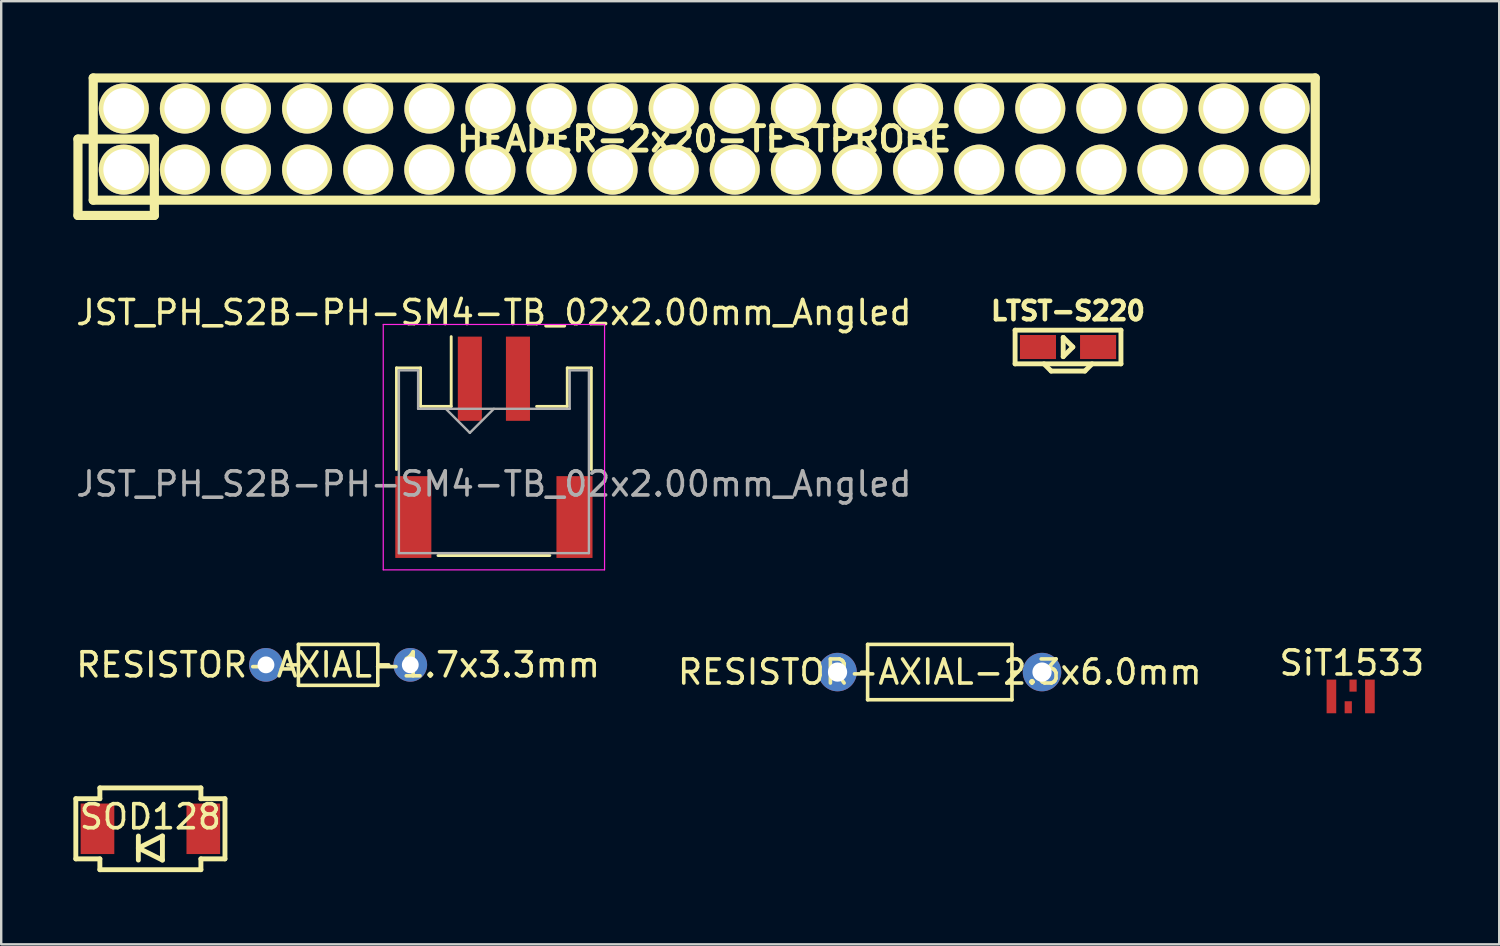
<source format=kicad_pcb>
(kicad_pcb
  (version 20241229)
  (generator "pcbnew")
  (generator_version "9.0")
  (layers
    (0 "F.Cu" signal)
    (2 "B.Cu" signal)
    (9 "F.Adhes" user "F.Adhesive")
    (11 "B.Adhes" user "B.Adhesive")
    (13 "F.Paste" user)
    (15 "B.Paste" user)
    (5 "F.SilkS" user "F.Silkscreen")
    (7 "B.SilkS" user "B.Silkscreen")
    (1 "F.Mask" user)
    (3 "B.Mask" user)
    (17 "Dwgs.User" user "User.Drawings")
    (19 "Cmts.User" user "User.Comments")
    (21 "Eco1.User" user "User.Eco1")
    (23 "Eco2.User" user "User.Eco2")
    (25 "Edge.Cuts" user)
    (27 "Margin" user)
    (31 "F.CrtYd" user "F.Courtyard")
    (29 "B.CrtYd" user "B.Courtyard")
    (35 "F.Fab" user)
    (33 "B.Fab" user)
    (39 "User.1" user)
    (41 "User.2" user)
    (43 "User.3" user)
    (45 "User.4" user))
  (footprint "SOD128"
    (placed yes)
    (layer "F.Cu")
    (at 3.202 31.404)
    (property "Reference" "SOD128" (at 0 -0.5 0) (layer "F.SilkS") (effects (font (size 1 1) (thickness 0.15))))
    (attr smd)
    (fp_line (start -3.1 -1.25) (end -3.1 1.25) (stroke (width 0.203) (type solid)) (layer "F.SilkS"))
    (fp_line (start -3.1 1.25) (end -2.1 1.25) (stroke (width 0.203) (type solid)) (layer "F.SilkS"))
    (fp_line (start -2.1 -1.7) (end -2.1 -1.25) (stroke (width 0.203) (type solid)) (layer "F.SilkS"))
    (fp_line (start -2.1 -1.7) (end 2.1 -1.7) (stroke (width 0.203) (type solid)) (layer "F.SilkS"))
    (fp_line (start -2.1 -1.25) (end -3.1 -1.25) (stroke (width 0.203) (type solid)) (layer "F.SilkS"))
    (fp_line (start -2.1 1.25) (end -2.1 1.7) (stroke (width 0.203) (type solid)) (layer "F.SilkS"))
    (fp_line (start -0.5 0.3) (end -0.5 1.3) (stroke (width 0.203) (type solid)) (layer "F.SilkS"))
    (fp_line (start -0.5 0.8) (end 0.5 0.3) (stroke (width 0.203) (type solid)) (layer "F.SilkS"))
    (fp_line (start 0.5 0.3) (end 0.5 1.3) (stroke (width 0.203) (type solid)) (layer "F.SilkS"))
    (fp_line (start 0.5 1.3) (end -0.5 0.8) (stroke (width 0.203) (type solid)) (layer "F.SilkS"))
    (fp_line (start 2.1 -1.7) (end 2.1 -1.25) (stroke (width 0.203) (type solid)) (layer "F.SilkS"))
    (fp_line (start 2.1 -1.25) (end 3.1 -1.25) (stroke (width 0.203) (type solid)) (layer "F.SilkS"))
    (fp_line (start 2.1 1.25) (end 2.1 1.7) (stroke (width 0.203) (type solid)) (layer "F.SilkS"))
    (fp_line (start 2.1 1.7) (end -2.1 1.7) (stroke (width 0.203) (type solid)) (layer "F.SilkS"))
    (fp_line (start 3.1 -1.25) (end 3.1 1.25) (stroke (width 0.203) (type solid)) (layer "F.SilkS"))
    (fp_line (start 3.1 1.25) (end 2.1 1.25) (stroke (width 0.203) (type solid)) (layer "F.SilkS"))
    (pad "1" smd rect (at -2.2 0 180) (size 1.4 2.1) (layers "F.Cu" "F.Mask" "F.Paste"))
    (pad "2" smd rect (at 2.2 0 180) (size 1.4 2.1) (layers "F.Cu" "F.Mask" "F.Paste")))
  (footprint "JST_PH_S2B-PH-SM4-TB_02x2.00mm_Angled"
    (layer "F.Cu")
    (at 17.482 15.569)
    (property "Reference" "JST_PH_S2B-PH-SM4-TB_02x2.00mm_Angled" (at 0 -5.625 0) (layer "F.SilkS") (effects (font (size 1 1) (thickness 0.15))))
    (attr smd)
    (fp_line (start -4.05 -3.325) (end -4.05 0.9) (stroke (width 0.12) (type solid)) (layer "F.SilkS"))
    (fp_line (start -3.05 -3.325) (end -4.05 -3.325) (stroke (width 0.12) (type solid)) (layer "F.SilkS"))
    (fp_line (start -3.05 -1.725) (end -3.05 -3.325) (stroke (width 0.12) (type solid)) (layer "F.SilkS"))
    (fp_line (start -2.325 4.475) (end 2.325 4.475) (stroke (width 0.12) (type solid)) (layer "F.SilkS"))
    (fp_line (start -1.775 -1.725) (end -3.05 -1.725) (stroke (width 0.12) (type solid)) (layer "F.SilkS"))
    (fp_line (start -1.775 -1.725) (end -1.775 -4.625) (stroke (width 0.12) (type solid)) (layer "F.SilkS"))
    (fp_line (start 3.05 -3.325) (end 3.05 -1.725) (stroke (width 0.12) (type solid)) (layer "F.SilkS"))
    (fp_line (start 3.05 -1.725) (end 1.775 -1.725) (stroke (width 0.12) (type solid)) (layer "F.SilkS"))
    (fp_line (start 4.05 -3.325) (end 3.05 -3.325) (stroke (width 0.12) (type solid)) (layer "F.SilkS"))
    (fp_line (start 4.05 0.9) (end 4.05 -3.325) (stroke (width 0.12) (type solid)) (layer "F.SilkS"))
    (fp_line (start -4.6 -5.13) (end -4.6 5.07) (stroke (width 0.05) (type solid)) (layer "F.CrtYd"))
    (fp_line (start -4.6 5.07) (end 4.6 5.07) (stroke (width 0.05) (type solid)) (layer "F.CrtYd"))
    (fp_line (start 4.6 -5.13) (end -4.6 -5.13) (stroke (width 0.05) (type solid)) (layer "F.CrtYd"))
    (fp_line (start 4.6 5.07) (end 4.6 -5.13) (stroke (width 0.05) (type solid)) (layer "F.CrtYd"))
    (fp_line (start -3.95 -3.225) (end -3.95 4.375) (stroke (width 0.1) (type solid)) (layer "F.Fab"))
    (fp_line (start -3.95 4.375) (end 3.95 4.375) (stroke (width 0.1) (type solid)) (layer "F.Fab"))
    (fp_line (start -3.15 -3.225) (end -3.95 -3.225) (stroke (width 0.1) (type solid)) (layer "F.Fab"))
    (fp_line (start -3.15 -1.625) (end -3.15 -3.225) (stroke (width 0.1) (type solid)) (layer "F.Fab"))
    (fp_line (start -2 -1.625) (end -1 -0.625) (stroke (width 0.1) (type solid)) (layer "F.Fab"))
    (fp_line (start -1 -0.625) (end 0 -1.625) (stroke (width 0.1) (type solid)) (layer "F.Fab"))
    (fp_line (start 3.15 -3.225) (end 3.15 -1.625) (stroke (width 0.1) (type solid)) (layer "F.Fab"))
    (fp_line (start 3.15 -1.625) (end -3.15 -1.625) (stroke (width 0.1) (type solid)) (layer "F.Fab"))
    (fp_line (start 3.95 -3.225) (end 3.15 -3.225) (stroke (width 0.1) (type solid)) (layer "F.Fab"))
    (fp_line (start 3.95 4.375) (end 3.95 -3.225) (stroke (width 0.1) (type solid)) (layer "F.Fab"))
    (fp_text user "${REFERENCE}" (at 0 1.5 0) (layer "F.Fab") (effects (font (size 1 1) (thickness 0.15))))
    (pad "" smd rect (at -3.35 2.875) (size 1.5 3.4) (layers "F.Cu" "F.Mask" "F.Paste"))
    (pad "" smd rect (at 3.35 2.875) (size 1.5 3.4) (layers "F.Cu" "F.Mask" "F.Paste"))
    (pad "1" smd rect (at -1 -2.875) (size 1 3.5) (layers "F.Cu" "F.Mask" "F.Paste"))
    (pad "2" smd rect (at 1 -2.875) (size 1 3.5) (layers "F.Cu" "F.Mask" "F.Paste")))
  (footprint "RESISTOR-AXIAL-2.3x6.0mm"
    (layer "F.Cu")
    (at 36.018 24.889)
    (property "Reference" "RESISTOR-AXIAL-2.3x6.0mm" (at 0 0 0) (layer "F.SilkS") (effects (font (size 1 1) (thickness 0.15))))
    (attr through_hole)
    (fp_line (start -3 -1.15) (end 3 -1.15) (stroke (width 0.15) (type solid)) (layer "F.SilkS"))
    (fp_line (start -3 0) (end -3.25 0) (stroke (width 0.15) (type solid)) (layer "F.SilkS"))
    (fp_line (start -3 1.15) (end -3 -1.15) (stroke (width 0.15) (type solid)) (layer "F.SilkS"))
    (fp_line (start 3 -1.15) (end 3 1.15) (stroke (width 0.15) (type solid)) (layer "F.SilkS"))
    (fp_line (start 3 0) (end 3.25 0) (stroke (width 0.15) (type solid)) (layer "F.SilkS"))
    (fp_line (start 3 1.15) (end -3 1.15) (stroke (width 0.15) (type solid)) (layer "F.SilkS"))
    (pad "1" thru_hole circle (at -4.25 0) (size 1.6 1.6) (drill 0.8) (layers "*.Cu" "*.Mask"))
    (pad "2" thru_hole circle (at 4.25 0) (size 1.6 1.6) (drill 0.8) (layers "*.Cu" "*.Mask")))
  (footprint "LTST-S220"
    (layer "F.Cu")
    (at 41.349 11.376)
    (property "Reference" "LTST-S220" (at 0 -1.5 0) (layer "F.SilkS") (effects (font (size 0.762 0.762) (thickness 0.191))))
    (attr smd)
    (fp_line (start -2.2 -0.7) (end -2.2 0.7) (stroke (width 0.203) (type solid)) (layer "F.SilkS"))
    (fp_line (start -2.2 0.7) (end 2.2 0.7) (stroke (width 0.203) (type solid)) (layer "F.SilkS"))
    (fp_line (start -0.7 1) (end -1 0.7) (stroke (width 0.203) (type solid)) (layer "F.SilkS"))
    (fp_line (start -0.7 1) (end 0.7 1) (stroke (width 0.203) (type solid)) (layer "F.SilkS"))
    (fp_line (start -0.2 -0.4) (end -0.2 0.4) (stroke (width 0.203) (type solid)) (layer "F.SilkS"))
    (fp_line (start -0.2 0.4) (end 0.2 0) (stroke (width 0.203) (type solid)) (layer "F.SilkS"))
    (fp_line (start 0.2 0) (end -0.2 -0.4) (stroke (width 0.203) (type solid)) (layer "F.SilkS"))
    (fp_line (start 0.7 1) (end 1 0.7) (stroke (width 0.203) (type solid)) (layer "F.SilkS"))
    (fp_line (start 2.2 -0.7) (end -2.2 -0.7) (stroke (width 0.203) (type solid)) (layer "F.SilkS"))
    (fp_line (start 2.2 0.7) (end 2.2 -0.7) (stroke (width 0.203) (type solid)) (layer "F.SilkS"))
    (pad "1" smd rect (at 1.25 0) (size 1.5 1) (layers "F.Cu" "F.Mask" "F.Paste"))
    (pad "2" smd rect (at -1.25 0) (size 1.5 1) (layers "F.Cu" "F.Mask" "F.Paste")))
  (footprint "SiT1533"
    (layer "F.Cu")
    (at 53.099 25.902)
    (property "Reference" "SiT1533" (at 0.05 -1.39 0) (layer "F.SilkS") (effects (font (size 1 1) (thickness 0.15))))
    (attr smd)
    (pad "1" smd rect (at -0.8 0) (size 0.4 1.4) (layers "F.Cu" "F.Mask" "F.Paste"))
    (pad "2" smd rect (at -0.1 0.45) (size 0.3 0.5) (layers "F.Cu" "F.Mask" "F.Paste"))
    (pad "3" smd rect (at 0.8 0) (size 0.4 1.4) (layers "F.Cu" "F.Mask" "F.Paste"))
    (pad "4" smd rect (at 0.1 -0.45) (size 0.3 0.5) (layers "F.Cu" "F.Mask" "F.Paste")))
  (footprint "RESISTOR-AXIAL-1.7x3.3mm"
    (layer "F.Cu")
    (at 11.006 24.589)
    (property "Reference" "RESISTOR-AXIAL-1.7x3.3mm" (at 0 0 0) (layer "F.SilkS") (effects (font (size 1 1) (thickness 0.15))))
    (attr through_hole)
    (fp_line (start -1.65 -0.85) (end 1.65 -0.85) (stroke (width 0.15) (type solid)) (layer "F.SilkS"))
    (fp_line (start -1.65 0) (end -2.1 0) (stroke (width 0.15) (type solid)) (layer "F.SilkS"))
    (fp_line (start -1.65 0.85) (end -1.65 -0.85) (stroke (width 0.15) (type solid)) (layer "F.SilkS"))
    (fp_line (start 1.65 -0.85) (end 1.65 0.85) (stroke (width 0.15) (type solid)) (layer "F.SilkS"))
    (fp_line (start 1.65 0) (end 2.1 0) (stroke (width 0.15) (type solid)) (layer "F.SilkS"))
    (fp_line (start 1.65 0.85) (end -1.65 0.85) (stroke (width 0.15) (type solid)) (layer "F.SilkS"))
    (pad "1" thru_hole circle (at -3 0) (size 1.4 1.4) (drill 0.7) (layers "*.Cu" "*.Mask"))
    (pad "2" thru_hole circle (at 3 0) (size 1.4 1.4) (drill 0.7) (layers "*.Cu" "*.Mask")))
  (footprint "HEADER-2x20-TESTPROBE"
    (layer "F.Cu")
    (at 26.226 2.731)
    (property "Reference" "HEADER-2x20-TESTPROBE" (at 0 0 0) (layer "F.SilkS") (effects (font (size 1.016 1.016) (thickness 0.203))))
    (attr through_hole)
    (fp_line (start -26.035 0) (end -26.035 3.175) (stroke (width 0.381) (type solid)) (layer "F.SilkS"))
    (fp_line (start -26.035 3.175) (end -22.86 3.175) (stroke (width 0.381) (type solid)) (layer "F.SilkS"))
    (fp_line (start -25.4 -2.54) (end 25.4 -2.54) (stroke (width 0.381) (type solid)) (layer "F.SilkS"))
    (fp_line (start -25.4 2.54) (end -25.4 -2.54) (stroke (width 0.381) (type solid)) (layer "F.SilkS"))
    (fp_line (start -22.86 0) (end -26.035 0) (stroke (width 0.381) (type solid)) (layer "F.SilkS"))
    (fp_line (start -22.86 3.175) (end -22.86 0) (stroke (width 0.381) (type solid)) (layer "F.SilkS"))
    (fp_line (start 25.4 -2.54) (end 25.4 2.54) (stroke (width 0.381) (type solid)) (layer "F.SilkS"))
    (fp_line (start 25.4 2.54) (end -25.4 2.54) (stroke (width 0.381) (type solid)) (layer "F.SilkS"))
    (pad "1" thru_hole circle (at -24.13 1.27) (size 2.08 2.08) (drill 1.7) (layers "*.Cu" "*.Mask" "F.SilkS"))
    (pad "2" thru_hole circle (at -24.13 -1.27) (size 2.08 2.08) (drill 1.7) (layers "*.Cu" "*.Mask" "F.SilkS"))
    (pad "3" thru_hole circle (at -21.59 1.27) (size 2.08 2.08) (drill 1.7) (layers "*.Cu" "*.Mask" "F.SilkS"))
    (pad "4" thru_hole circle (at -21.59 -1.27) (size 2.08 2.08) (drill 1.7) (layers "*.Cu" "*.Mask" "F.SilkS"))
    (pad "5" thru_hole circle (at -19.05 1.27) (size 2.08 2.08) (drill 1.7) (layers "*.Cu" "*.Mask" "F.SilkS"))
    (pad "6" thru_hole circle (at -19.05 -1.27) (size 2.08 2.08) (drill 1.7) (layers "*.Cu" "*.Mask" "F.SilkS"))
    (pad "7" thru_hole circle (at -16.51 1.27) (size 2.08 2.08) (drill 1.7) (layers "*.Cu" "*.Mask" "F.SilkS"))
    (pad "8" thru_hole circle (at -16.51 -1.27) (size 2.08 2.08) (drill 1.7) (layers "*.Cu" "*.Mask" "F.SilkS"))
    (pad "9" thru_hole circle (at -13.97 1.27) (size 2.08 2.08) (drill 1.7) (layers "*.Cu" "*.Mask" "F.SilkS"))
    (pad "10" thru_hole circle (at -13.97 -1.27) (size 2.08 2.08) (drill 1.7) (layers "*.Cu" "*.Mask" "F.SilkS"))
    (pad "11" thru_hole circle (at -11.43 1.27) (size 2.08 2.08) (drill 1.7) (layers "*.Cu" "*.Mask" "F.SilkS"))
    (pad "12" thru_hole circle (at -11.43 -1.27) (size 2.08 2.08) (drill 1.7) (layers "*.Cu" "*.Mask" "F.SilkS"))
    (pad "13" thru_hole circle (at -8.89 1.27) (size 2.08 2.08) (drill 1.7) (layers "*.Cu" "*.Mask" "F.SilkS"))
    (pad "14" thru_hole circle (at -8.89 -1.27) (size 2.08 2.08) (drill 1.7) (layers "*.Cu" "*.Mask" "F.SilkS"))
    (pad "15" thru_hole circle (at -6.35 1.27) (size 2.08 2.08) (drill 1.7) (layers "*.Cu" "*.Mask" "F.SilkS"))
    (pad "16" thru_hole circle (at -6.35 -1.27) (size 2.08 2.08) (drill 1.7) (layers "*.Cu" "*.Mask" "F.SilkS"))
    (pad "17" thru_hole circle (at -3.81 1.27) (size 2.08 2.08) (drill 1.7) (layers "*.Cu" "*.Mask" "F.SilkS"))
    (pad "18" thru_hole circle (at -3.81 -1.27) (size 2.08 2.08) (drill 1.7) (layers "*.Cu" "*.Mask" "F.SilkS"))
    (pad "19" thru_hole circle (at -1.27 1.27) (size 2.08 2.08) (drill 1.7) (layers "*.Cu" "*.Mask" "F.SilkS"))
    (pad "20" thru_hole circle (at -1.27 -1.27) (size 2.08 2.08) (drill 1.7) (layers "*.Cu" "*.Mask" "F.SilkS"))
    (pad "21" thru_hole circle (at 1.27 1.27) (size 2.08 2.08) (drill 1.7) (layers "*.Cu" "*.Mask" "F.SilkS"))
    (pad "22" thru_hole circle (at 1.27 -1.27) (size 2.08 2.08) (drill 1.7) (layers "*.Cu" "*.Mask" "F.SilkS"))
    (pad "23" thru_hole circle (at 3.81 1.27) (size 2.08 2.08) (drill 1.7) (layers "*.Cu" "*.Mask" "F.SilkS"))
    (pad "24" thru_hole circle (at 3.81 -1.27) (size 2.08 2.08) (drill 1.7) (layers "*.Cu" "*.Mask" "F.SilkS"))
    (pad "25" thru_hole circle (at 6.35 1.27) (size 2.08 2.08) (drill 1.7) (layers "*.Cu" "*.Mask" "F.SilkS"))
    (pad "26" thru_hole circle (at 6.35 -1.27) (size 2.08 2.08) (drill 1.7) (layers "*.Cu" "*.Mask" "F.SilkS"))
    (pad "27" thru_hole circle (at 8.89 1.27) (size 2.08 2.08) (drill 1.7) (layers "*.Cu" "*.Mask" "F.SilkS"))
    (pad "28" thru_hole circle (at 8.89 -1.27) (size 2.08 2.08) (drill 1.7) (layers "*.Cu" "*.Mask" "F.SilkS"))
    (pad "29" thru_hole circle (at 11.43 1.27) (size 2.08 2.08) (drill 1.7) (layers "*.Cu" "*.Mask" "F.SilkS"))
    (pad "30" thru_hole circle (at 11.43 -1.27) (size 2.08 2.08) (drill 1.7) (layers "*.Cu" "*.Mask" "F.SilkS"))
    (pad "31" thru_hole circle (at 13.97 1.27) (size 2.08 2.08) (drill 1.7) (layers "*.Cu" "*.Mask" "F.SilkS"))
    (pad "32" thru_hole circle (at 13.97 -1.27) (size 2.08 2.08) (drill 1.7) (layers "*.Cu" "*.Mask" "F.SilkS"))
    (pad "33" thru_hole circle (at 16.51 1.27) (size 2.08 2.08) (drill 1.7) (layers "*.Cu" "*.Mask" "F.SilkS"))
    (pad "34" thru_hole circle (at 16.51 -1.27) (size 2.08 2.08) (drill 1.7) (layers "*.Cu" "*.Mask" "F.SilkS"))
    (pad "35" thru_hole circle (at 19.05 1.27) (size 2.08 2.08) (drill 1.7) (layers "*.Cu" "*.Mask" "F.SilkS"))
    (pad "36" thru_hole circle (at 19.05 -1.27) (size 2.08 2.08) (drill 1.7) (layers "*.Cu" "*.Mask" "F.SilkS"))
    (pad "37" thru_hole circle (at 21.59 1.27) (size 2.08 2.08) (drill 1.7) (layers "*.Cu" "*.Mask" "F.SilkS"))
    (pad "38" thru_hole circle (at 21.59 -1.27) (size 2.08 2.08) (drill 1.7) (layers "*.Cu" "*.Mask" "F.SilkS"))
    (pad "39" thru_hole circle (at 24.13 1.27) (size 2.08 2.08) (drill 1.7) (layers "*.Cu" "*.Mask" "F.SilkS"))
    (pad "40" thru_hole circle (at 24.13 -1.27) (size 2.08 2.08) (drill 1.7) (layers "*.Cu" "*.Mask" "F.SilkS")))
  (gr_rect
    (start -3 -3)
    (end 59.274 36.206)
    (stroke (width 0.1) (type default))
    (fill no)
    (layer "Edge.Cuts")))
</source>
